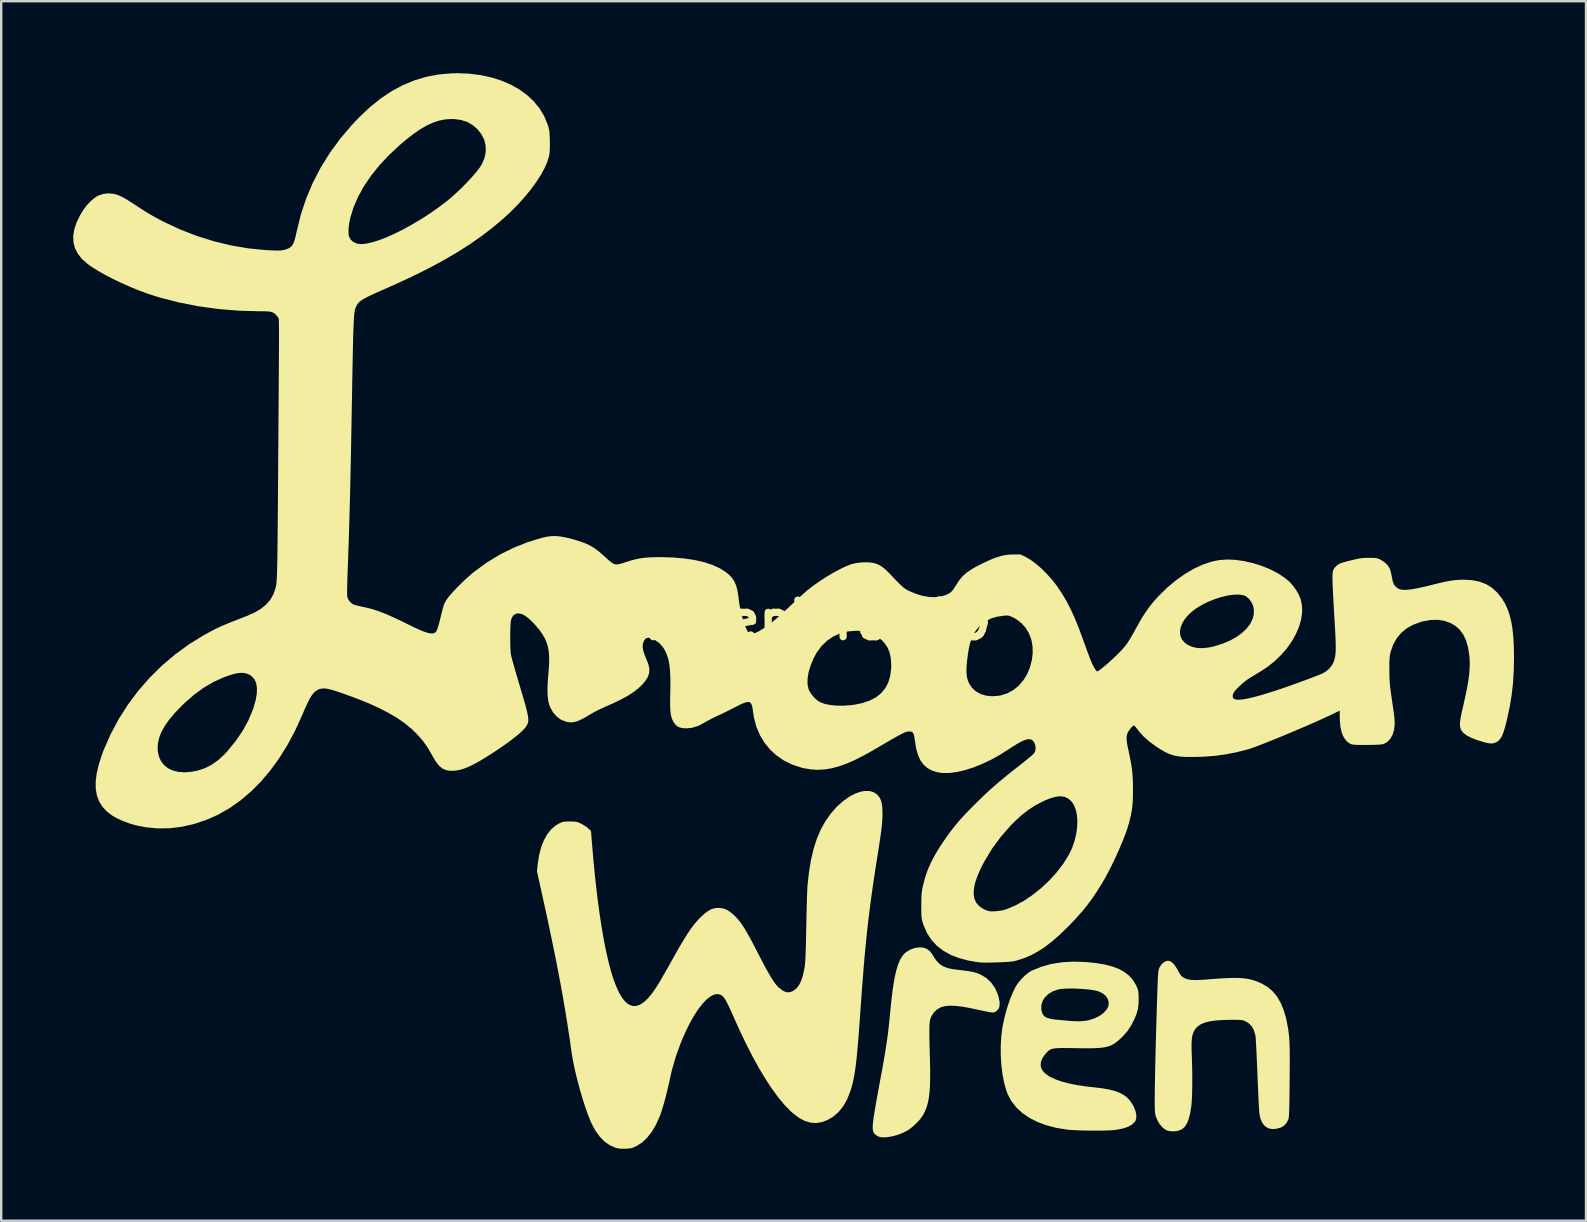
<source format=kicad_pcb>
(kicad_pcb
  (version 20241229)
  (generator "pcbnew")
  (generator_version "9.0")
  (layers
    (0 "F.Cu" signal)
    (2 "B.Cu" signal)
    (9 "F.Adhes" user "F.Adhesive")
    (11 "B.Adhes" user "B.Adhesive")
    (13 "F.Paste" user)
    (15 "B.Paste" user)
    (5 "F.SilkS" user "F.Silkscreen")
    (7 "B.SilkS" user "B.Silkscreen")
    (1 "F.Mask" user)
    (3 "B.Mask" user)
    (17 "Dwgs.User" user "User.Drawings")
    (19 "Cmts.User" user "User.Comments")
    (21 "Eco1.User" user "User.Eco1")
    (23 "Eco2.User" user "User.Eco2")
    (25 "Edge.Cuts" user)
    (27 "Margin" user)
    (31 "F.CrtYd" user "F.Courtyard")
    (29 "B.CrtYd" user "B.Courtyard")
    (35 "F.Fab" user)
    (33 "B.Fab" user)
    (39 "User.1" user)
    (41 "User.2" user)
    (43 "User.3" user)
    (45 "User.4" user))
  (footprint "ImogenWren60"
    (layer "F.Cu")
    (at 30.006 22.787)
    (property "Reference" "ImogenWren60" (at 0 0 0) (layer "F.SilkS") (effects (font (size 1.524 1.524) (thickness 0.3))))
    (attr board_only exclude_from_pos_files exclude_from_bom)
    (fp_poly (pts (xy 5.393 13.64) (xy 5.501 13.671) (xy 5.598 13.721) (xy 5.681 13.79) (xy 5.76 13.888) (xy 5.845 14.023) (xy 5.962 14.194) (xy 6.091 14.327) (xy 6.242 14.425) (xy 6.424 14.495) (xy 6.647 14.541) (xy 6.766 14.556) (xy 7.016 14.585) (xy 7.219 14.611) (xy 7.383 14.638) (xy 7.518 14.666) (xy 7.631 14.698) (xy 7.731 14.735) (xy 7.808 14.769) (xy 8.038 14.91) (xy 8.233 15.094) (xy 8.392 15.318) (xy 8.51 15.577) (xy 8.554 15.72) (xy 8.59 15.918) (xy 8.585 16.08) (xy 8.538 16.205) (xy 8.451 16.292) (xy 8.404 16.317) (xy 8.376 16.329) (xy 8.351 16.338) (xy 8.324 16.344) (xy 8.288 16.344) (xy 8.237 16.339) (xy 8.164 16.328) (xy 8.065 16.309) (xy 7.932 16.282) (xy 7.76 16.246) (xy 7.542 16.199) (xy 7.404 16.17) (xy 7.066 16.106) (xy 6.774 16.07) (xy 6.526 16.061) (xy 6.319 16.079) (xy 6.149 16.124) (xy 6.149 16.124) (xy 5.978 16.22) (xy 5.837 16.358) (xy 5.734 16.529) (xy 5.715 16.58) (xy 5.699 16.63) (xy 5.686 16.689) (xy 5.676 16.759) (xy 5.669 16.847) (xy 5.664 16.956) (xy 5.662 17.093) (xy 5.663 17.261) (xy 5.665 17.466) (xy 5.67 17.712) (xy 5.677 18.005) (xy 5.687 18.348) (xy 5.695 18.747) (xy 5.695 19.096) (xy 5.687 19.4) (xy 5.669 19.665) (xy 5.641 19.896) (xy 5.603 20.098) (xy 5.553 20.277) (xy 5.491 20.438) (xy 5.417 20.588) (xy 5.395 20.625) (xy 5.289 20.776) (xy 5.147 20.934) (xy 4.985 21.086) (xy 4.819 21.215) (xy 4.74 21.266) (xy 4.562 21.357) (xy 4.367 21.433) (xy 4.166 21.492) (xy 3.97 21.53) (xy 3.79 21.547) (xy 3.636 21.54) (xy 3.52 21.506) (xy 3.514 21.503) (xy 3.432 21.447) (xy 3.363 21.378) (xy 3.36 21.373) (xy 3.337 21.336) (xy 3.32 21.293) (xy 3.308 21.238) (xy 3.302 21.168) (xy 3.303 21.08) (xy 3.311 20.968) (xy 3.327 20.83) (xy 3.35 20.662) (xy 3.382 20.459) (xy 3.423 20.217) (xy 3.473 19.933) (xy 3.533 19.603) (xy 3.603 19.223) (xy 3.625 19.106) (xy 3.697 18.717) (xy 3.758 18.373) (xy 3.811 18.065) (xy 3.856 17.785) (xy 3.895 17.522) (xy 3.93 17.269) (xy 3.961 17.014) (xy 3.99 16.75) (xy 4.018 16.467) (xy 4.032 16.313) (xy 4.077 15.867) (xy 4.124 15.474) (xy 4.174 15.131) (xy 4.228 14.833) (xy 4.288 14.579) (xy 4.353 14.364) (xy 4.425 14.185) (xy 4.505 14.039) (xy 4.593 13.922) (xy 4.688 13.833) (xy 4.854 13.731) (xy 5.036 13.663) (xy 5.22 13.631)) (stroke (width 0) (type solid)) (fill yes) (layer "F.SilkS"))
    (fp_poly (pts (xy 12.192 14.243) (xy 12.194 14.243) (xy 12.609 14.286) (xy 12.973 14.347) (xy 13.29 14.43) (xy 13.562 14.534) (xy 13.793 14.661) (xy 13.986 14.813) (xy 14.143 14.991) (xy 14.267 15.197) (xy 14.268 15.199) (xy 14.314 15.296) (xy 14.345 15.375) (xy 14.363 15.452) (xy 14.374 15.547) (xy 14.38 15.675) (xy 14.381 15.719) (xy 14.379 15.967) (xy 14.352 16.184) (xy 14.297 16.393) (xy 14.208 16.613) (xy 14.192 16.648) (xy 14.061 16.899) (xy 13.919 17.113) (xy 13.75 17.308) (xy 13.652 17.406) (xy 13.536 17.512) (xy 13.427 17.599) (xy 13.318 17.67) (xy 13.203 17.726) (xy 13.075 17.769) (xy 12.928 17.8) (xy 12.754 17.82) (xy 12.549 17.832) (xy 12.304 17.836) (xy 12.014 17.835) (xy 11.81 17.832) (xy 11.536 17.827) (xy 11.311 17.825) (xy 11.13 17.825) (xy 10.986 17.831) (xy 10.872 17.842) (xy 10.783 17.859) (xy 10.713 17.884) (xy 10.654 17.918) (xy 10.6 17.962) (xy 10.546 18.017) (xy 10.509 18.057) (xy 10.387 18.22) (xy 10.316 18.383) (xy 10.298 18.541) (xy 10.312 18.628) (xy 10.377 18.766) (xy 10.497 18.894) (xy 10.668 19.013) (xy 10.89 19.12) (xy 11.159 19.217) (xy 11.476 19.301) (xy 11.837 19.373) (xy 12.241 19.432) (xy 12.489 19.459) (xy 12.833 19.498) (xy 13.127 19.548) (xy 13.376 19.61) (xy 13.586 19.686) (xy 13.761 19.78) (xy 13.908 19.895) (xy 14.031 20.031) (xy 14.136 20.194) (xy 14.18 20.276) (xy 14.252 20.457) (xy 14.285 20.625) (xy 14.28 20.771) (xy 14.234 20.888) (xy 14.226 20.898) (xy 14.108 21.013) (xy 13.937 21.107) (xy 13.715 21.18) (xy 13.44 21.233) (xy 13.375 21.241) (xy 13.244 21.252) (xy 13.069 21.26) (xy 12.859 21.265) (xy 12.627 21.266) (xy 12.383 21.265) (xy 12.139 21.262) (xy 11.905 21.255) (xy 11.693 21.246) (xy 11.513 21.235) (xy 11.401 21.224) (xy 10.951 21.15) (xy 10.537 21.043) (xy 10.162 20.904) (xy 9.827 20.733) (xy 9.535 20.532) (xy 9.287 20.302) (xy 9.085 20.044) (xy 8.931 19.76) (xy 8.877 19.624) (xy 8.784 19.3) (xy 8.712 18.938) (xy 8.663 18.548) (xy 8.637 18.143) (xy 8.635 17.736) (xy 8.658 17.34) (xy 8.706 16.966) (xy 8.72 16.887) (xy 8.803 16.51) (xy 8.883 16.219) (xy 10.327 16.219) (xy 10.335 16.266) (xy 10.365 16.372) (xy 10.411 16.455) (xy 10.478 16.52) (xy 10.574 16.57) (xy 10.705 16.607) (xy 10.879 16.636) (xy 11.101 16.659) (xy 11.127 16.661) (xy 11.271 16.673) (xy 11.404 16.685) (xy 11.511 16.694) (xy 11.576 16.7) (xy 11.89 16.713) (xy 12.167 16.692) (xy 12.318 16.662) (xy 12.544 16.588) (xy 12.744 16.49) (xy 12.909 16.372) (xy 13.034 16.241) (xy 13.112 16.102) (xy 13.122 16.069) (xy 13.135 15.922) (xy 13.096 15.782) (xy 13.01 15.655) (xy 12.882 15.548) (xy 12.716 15.467) (xy 12.667 15.451) (xy 12.532 15.42) (xy 12.356 15.393) (xy 12.153 15.372) (xy 11.934 15.357) (xy 11.71 15.348) (xy 11.495 15.346) (xy 11.301 15.352) (xy 11.139 15.365) (xy 11.029 15.384) (xy 10.808 15.463) (xy 10.624 15.572) (xy 10.48 15.707) (xy 10.38 15.863) (xy 10.328 16.035) (xy 10.327 16.219) (xy 8.883 16.219) (xy 8.904 16.145) (xy 9.019 15.803) (xy 9.145 15.495) (xy 9.264 15.258) (xy 9.365 15.105) (xy 9.497 14.949) (xy 9.645 14.803) (xy 9.796 14.681) (xy 9.931 14.599) (xy 10.327 14.438) (xy 10.749 14.322) (xy 11.199 14.251) (xy 11.679 14.225)) (stroke (width 0) (type solid)) (fill yes) (layer "F.SilkS"))
    (fp_poly (pts (xy 15.717 14.217) (xy 15.823 14.301) (xy 15.93 14.441) (xy 16.003 14.568) (xy 16.073 14.697) (xy 16.13 14.785) (xy 16.183 14.845) (xy 16.244 14.889) (xy 16.313 14.923) (xy 16.4 14.955) (xy 16.498 14.978) (xy 16.615 14.99) (xy 16.76 14.993) (xy 16.941 14.988) (xy 17.167 14.973) (xy 17.266 14.965) (xy 17.629 14.937) (xy 17.944 14.918) (xy 18.215 14.906) (xy 18.45 14.904) (xy 18.654 14.911) (xy 18.834 14.929) (xy 18.997 14.957) (xy 19.149 14.996) (xy 19.295 15.046) (xy 19.443 15.109) (xy 19.528 15.149) (xy 19.766 15.291) (xy 19.974 15.472) (xy 20.154 15.693) (xy 20.306 15.957) (xy 20.432 16.266) (xy 20.533 16.621) (xy 20.609 17.025) (xy 20.638 17.251) (xy 20.649 17.35) (xy 20.657 17.453) (xy 20.664 17.567) (xy 20.669 17.696) (xy 20.673 17.847) (xy 20.675 18.025) (xy 20.677 18.236) (xy 20.676 18.485) (xy 20.675 18.779) (xy 20.673 19.122) (xy 20.672 19.156) (xy 20.669 19.535) (xy 20.665 19.859) (xy 20.661 20.13) (xy 20.655 20.352) (xy 20.649 20.524) (xy 20.642 20.651) (xy 20.635 20.733) (xy 20.628 20.767) (xy 20.554 20.932) (xy 20.449 21.054) (xy 20.309 21.137) (xy 20.125 21.188) (xy 20.125 21.189) (xy 19.934 21.2) (xy 19.772 21.164) (xy 19.638 21.078) (xy 19.532 20.945) (xy 19.455 20.763) (xy 19.418 20.607) (xy 19.411 20.547) (xy 19.403 20.437) (xy 19.393 20.283) (xy 19.382 20.09) (xy 19.371 19.865) (xy 19.359 19.613) (xy 19.347 19.341) (xy 19.335 19.054) (xy 19.331 18.938) (xy 19.319 18.648) (xy 19.307 18.371) (xy 19.296 18.114) (xy 19.285 17.881) (xy 19.274 17.679) (xy 19.264 17.513) (xy 19.256 17.39) (xy 19.249 17.315) (xy 19.246 17.299) (xy 19.184 17.086) (xy 19.089 16.916) (xy 18.958 16.785) (xy 18.825 16.707) (xy 18.775 16.685) (xy 18.723 16.67) (xy 18.658 16.66) (xy 18.573 16.653) (xy 18.456 16.65) (xy 18.298 16.65) (xy 18.193 16.65) (xy 17.853 16.659) (xy 17.565 16.681) (xy 17.322 16.718) (xy 17.123 16.77) (xy 16.962 16.84) (xy 16.836 16.928) (xy 16.74 17.035) (xy 16.721 17.064) (xy 16.672 17.154) (xy 16.635 17.25) (xy 16.609 17.36) (xy 16.593 17.494) (xy 16.585 17.657) (xy 16.586 17.86) (xy 16.594 18.111) (xy 16.595 18.123) (xy 16.607 18.471) (xy 16.614 18.814) (xy 16.616 19.145) (xy 16.614 19.455) (xy 16.608 19.737) (xy 16.597 19.984) (xy 16.582 20.187) (xy 16.568 20.3) (xy 16.52 20.578) (xy 16.46 20.805) (xy 16.384 20.983) (xy 16.292 21.118) (xy 16.178 21.212) (xy 16.042 21.27) (xy 15.879 21.295) (xy 15.816 21.297) (xy 15.682 21.29) (xy 15.577 21.264) (xy 15.507 21.233) (xy 15.378 21.138) (xy 15.259 20.999) (xy 15.16 20.831) (xy 15.11 20.708) (xy 15.091 20.648) (xy 15.076 20.591) (xy 15.065 20.528) (xy 15.058 20.451) (xy 15.054 20.351) (xy 15.051 20.221) (xy 15.051 20.051) (xy 15.052 19.835) (xy 15.052 19.809) (xy 15.055 19.549) (xy 15.06 19.241) (xy 15.066 18.891) (xy 15.074 18.506) (xy 15.084 18.093) (xy 15.095 17.66) (xy 15.107 17.213) (xy 15.12 16.76) (xy 15.133 16.308) (xy 15.148 15.864) (xy 15.156 15.618) (xy 15.165 15.35) (xy 15.174 15.132) (xy 15.181 14.958) (xy 15.188 14.821) (xy 15.196 14.717) (xy 15.204 14.638) (xy 15.214 14.578) (xy 15.226 14.532) (xy 15.24 14.494) (xy 15.257 14.457) (xy 15.259 14.452) (xy 15.345 14.325) (xy 15.453 14.236) (xy 15.572 14.192) (xy 15.613 14.189)) (stroke (width 0) (type solid)) (fill yes) (layer "F.SilkS"))
    (fp_poly (pts (xy 3.179 7.119) (xy 3.339 7.166) (xy 3.475 7.257) (xy 3.523 7.305) (xy 3.597 7.404) (xy 3.65 7.519) (xy 3.684 7.659) (xy 3.703 7.835) (xy 3.709 8.049) (xy 3.707 8.176) (xy 3.702 8.303) (xy 3.693 8.439) (xy 3.679 8.59) (xy 3.658 8.763) (xy 3.631 8.965) (xy 3.596 9.202) (xy 3.554 9.482) (xy 3.509 9.764) (xy 3.424 10.304) (xy 3.347 10.811) (xy 3.277 11.292) (xy 3.214 11.753) (xy 3.156 12.204) (xy 3.102 12.651) (xy 3.053 13.103) (xy 3.006 13.567) (xy 2.961 14.05) (xy 2.918 14.56) (xy 2.874 15.106) (xy 2.831 15.694) (xy 2.796 16.184) (xy 2.763 16.656) (xy 2.732 17.077) (xy 2.703 17.45) (xy 2.675 17.78) (xy 2.649 18.071) (xy 2.622 18.327) (xy 2.596 18.553) (xy 2.569 18.753) (xy 2.541 18.932) (xy 2.51 19.093) (xy 2.478 19.241) (xy 2.443 19.38) (xy 2.404 19.514) (xy 2.369 19.626) (xy 2.238 19.959) (xy 2.075 20.247) (xy 1.881 20.489) (xy 1.656 20.684) (xy 1.412 20.827) (xy 1.174 20.915) (xy 0.941 20.95) (xy 0.71 20.934) (xy 0.478 20.864) (xy 0.242 20.741) (xy 0.002 20.563) (xy -0.133 20.443) (xy -0.379 20.188) (xy -0.634 19.88) (xy -0.895 19.523) (xy -1.162 19.118) (xy -1.431 18.67) (xy -1.703 18.179) (xy -1.974 17.649) (xy -2.244 17.083) (xy -2.402 16.733) (xy -2.516 16.476) (xy -2.611 16.266) (xy -2.689 16.097) (xy -2.754 15.964) (xy -2.808 15.862) (xy -2.853 15.784) (xy -2.893 15.727) (xy -2.93 15.683) (xy -2.943 15.67) (xy -3.056 15.597) (xy -3.182 15.575) (xy -3.32 15.604) (xy -3.466 15.68) (xy -3.621 15.803) (xy -3.781 15.97) (xy -3.945 16.179) (xy -4.111 16.427) (xy -4.277 16.714) (xy -4.442 17.036) (xy -4.603 17.393) (xy -4.702 17.631) (xy -4.899 18.175) (xy -5.054 18.71) (xy -5.127 19.022) (xy -5.206 19.38) (xy -5.286 19.714) (xy -5.365 20.02) (xy -5.442 20.289) (xy -5.513 20.516) (xy -5.572 20.676) (xy -5.73 21.022) (xy -5.906 21.319) (xy -6.099 21.566) (xy -6.308 21.762) (xy -6.532 21.904) (xy -6.538 21.907) (xy -6.649 21.959) (xy -6.738 21.991) (xy -6.829 22.009) (xy -6.944 22.018) (xy -7.006 22.02) (xy -7.167 22.021) (xy -7.294 22.008) (xy -7.408 21.981) (xy -7.424 21.975) (xy -7.661 21.87) (xy -7.877 21.716) (xy -8.075 21.512) (xy -8.256 21.256) (xy -8.38 21.031) (xy -8.473 20.825) (xy -8.572 20.574) (xy -8.674 20.285) (xy -8.776 19.968) (xy -8.875 19.634) (xy -8.969 19.29) (xy -9.056 18.947) (xy -9.132 18.613) (xy -9.195 18.298) (xy -9.242 18.012) (xy -9.244 17.996) (xy -9.326 17.423) (xy -9.412 16.856) (xy -9.504 16.29) (xy -9.602 15.719) (xy -9.707 15.134) (xy -9.821 14.531) (xy -9.945 13.903) (xy -10.081 13.242) (xy -10.228 12.543) (xy -10.39 11.799) (xy -10.457 11.492) (xy -10.684 10.466) (xy -10.653 10.156) (xy -10.598 9.794) (xy -10.513 9.465) (xy -10.398 9.172) (xy -10.257 8.919) (xy -10.089 8.71) (xy -9.898 8.547) (xy -9.764 8.469) (xy -9.679 8.431) (xy -9.605 8.406) (xy -9.524 8.393) (xy -9.419 8.388) (xy -9.314 8.387) (xy -9.18 8.388) (xy -9.083 8.395) (xy -9.007 8.411) (xy -8.931 8.439) (xy -8.847 8.478) (xy -8.734 8.541) (xy -8.623 8.615) (xy -8.548 8.675) (xy -8.435 8.78) (xy -8.389 9.356) (xy -8.323 10.117) (xy -8.25 10.84) (xy -8.171 11.524) (xy -8.086 12.167) (xy -7.996 12.766) (xy -7.9 13.32) (xy -7.799 13.826) (xy -7.694 14.281) (xy -7.585 14.684) (xy -7.512 14.916) (xy -7.389 15.249) (xy -7.261 15.526) (xy -7.128 15.747) (xy -6.989 15.912) (xy -6.845 16.021) (xy -6.696 16.074) (xy -6.542 16.072) (xy -6.382 16.014) (xy -6.217 15.9) (xy -6.126 15.817) (xy -6.046 15.734) (xy -5.968 15.645) (xy -5.89 15.546) (xy -5.808 15.432) (xy -5.719 15.299) (xy -5.619 15.141) (xy -5.507 14.952) (xy -5.378 14.729) (xy -5.229 14.466) (xy -5.058 14.161) (xy -4.87 13.826) (xy -4.703 13.536) (xy -4.554 13.286) (xy -4.419 13.072) (xy -4.295 12.888) (xy -4.179 12.729) (xy -4.067 12.591) (xy -3.957 12.467) (xy -3.894 12.403) (xy -3.726 12.244) (xy -3.578 12.129) (xy -3.442 12.051) (xy -3.307 12.005) (xy -3.165 11.988) (xy -3.121 11.987) (xy -2.95 12.004) (xy -2.793 12.058) (xy -2.637 12.154) (xy -2.511 12.259) (xy -2.418 12.348) (xy -2.331 12.439) (xy -2.247 12.54) (xy -2.162 12.655) (xy -2.073 12.789) (xy -1.976 12.947) (xy -1.869 13.136) (xy -1.747 13.359) (xy -1.608 13.623) (xy -1.454 13.921) (xy -1.298 14.223) (xy -1.163 14.478) (xy -1.044 14.691) (xy -0.941 14.868) (xy -0.848 15.012) (xy -0.765 15.13) (xy -0.688 15.225) (xy -0.613 15.302) (xy -0.604 15.31) (xy -0.458 15.426) (xy -0.325 15.49) (xy -0.196 15.505) (xy -0.066 15.472) (xy -0.031 15.455) (xy 0.103 15.361) (xy 0.217 15.227) (xy 0.312 15.047) (xy 0.389 14.82) (xy 0.451 14.543) (xy 0.466 14.456) (xy 0.477 14.368) (xy 0.488 14.256) (xy 0.497 14.114) (xy 0.505 13.939) (xy 0.513 13.727) (xy 0.52 13.472) (xy 0.527 13.171) (xy 0.533 12.818) (xy 0.534 12.77) (xy 0.54 12.481) (xy 0.546 12.198) (xy 0.553 11.928) (xy 0.56 11.678) (xy 0.567 11.456) (xy 0.575 11.269) (xy 0.582 11.124) (xy 0.588 11.028) (xy 0.65 10.479) (xy 0.733 9.979) (xy 0.841 9.524) (xy 0.974 9.11) (xy 1.133 8.734) (xy 1.32 8.393) (xy 1.536 8.083) (xy 1.782 7.8) (xy 1.822 7.759) (xy 2.068 7.537) (xy 2.318 7.359) (xy 2.565 7.227) (xy 2.806 7.144) (xy 2.985 7.115)) (stroke (width 0) (type solid)) (fill yes) (layer "F.SilkS"))
    (fp_poly (pts (xy -13.499 -22.767) (xy -13.028 -22.707) (xy -12.58 -22.61) (xy -12.161 -22.476) (xy -11.772 -22.309) (xy -11.417 -22.108) (xy -11.099 -21.877) (xy -10.82 -21.616) (xy -10.583 -21.328) (xy -10.392 -21.014) (xy -10.254 -20.686) (xy -10.217 -20.576) (xy -10.192 -20.483) (xy -10.174 -20.394) (xy -10.163 -20.294) (xy -10.156 -20.168) (xy -10.15 -20.002) (xy -10.15 -19.977) (xy -10.147 -19.763) (xy -10.151 -19.594) (xy -10.162 -19.456) (xy -10.181 -19.339) (xy -10.253 -19.098) (xy -10.368 -18.833) (xy -10.524 -18.548) (xy -10.718 -18.249) (xy -10.944 -17.94) (xy -11.201 -17.626) (xy -11.484 -17.313) (xy -11.79 -17.004) (xy -12.105 -16.714) (xy -12.54 -16.349) (xy -13.001 -15.997) (xy -13.49 -15.655) (xy -14.014 -15.322) (xy -14.575 -14.995) (xy -15.177 -14.67) (xy -15.825 -14.347) (xy -16.523 -14.022) (xy -16.872 -13.866) (xy -17.159 -13.74) (xy -17.398 -13.633) (xy -17.596 -13.542) (xy -17.755 -13.465) (xy -17.883 -13.397) (xy -17.982 -13.337) (xy -18.059 -13.282) (xy -18.117 -13.227) (xy -18.161 -13.172) (xy -18.197 -13.112) (xy -18.229 -13.044) (xy -18.236 -13.03) (xy -18.25 -12.993) (xy -18.263 -12.95) (xy -18.275 -12.897) (xy -18.286 -12.833) (xy -18.296 -12.753) (xy -18.305 -12.655) (xy -18.313 -12.536) (xy -18.321 -12.391) (xy -18.328 -12.219) (xy -18.336 -12.016) (xy -18.343 -11.778) (xy -18.35 -11.504) (xy -18.357 -11.189) (xy -18.364 -10.83) (xy -18.372 -10.425) (xy -18.38 -9.97) (xy -18.389 -9.462) (xy -18.389 -9.441) (xy -18.402 -8.755) (xy -18.413 -8.122) (xy -18.424 -7.535) (xy -18.434 -6.991) (xy -18.445 -6.485) (xy -18.455 -6.012) (xy -18.464 -5.569) (xy -18.474 -5.149) (xy -18.485 -4.75) (xy -18.495 -4.366) (xy -18.506 -3.992) (xy -18.517 -3.625) (xy -18.529 -3.259) (xy -18.542 -2.89) (xy -18.555 -2.514) (xy -18.569 -2.126) (xy -18.576 -1.953) (xy -18.584 -1.732) (xy -18.589 -1.525) (xy -18.593 -1.339) (xy -18.595 -1.183) (xy -18.594 -1.065) (xy -18.591 -0.992) (xy -18.59 -0.977) (xy -18.543 -0.856) (xy -18.458 -0.744) (xy -18.352 -0.663) (xy -18.348 -0.661) (xy -18.289 -0.639) (xy -18.19 -0.611) (xy -18.066 -0.582) (xy -17.965 -0.56) (xy -17.751 -0.513) (xy -17.541 -0.458) (xy -17.328 -0.39) (xy -17.105 -0.307) (xy -16.862 -0.206) (xy -16.592 -0.084) (xy -16.286 0.062) (xy -16.1 0.154) (xy -15.827 0.287) (xy -15.599 0.393) (xy -15.41 0.471) (xy -15.256 0.523) (xy -15.132 0.551) (xy -15.036 0.554) (xy -14.961 0.535) (xy -14.904 0.495) (xy -14.878 0.462) (xy -14.85 0.404) (xy -14.815 0.303) (xy -14.775 0.173) (xy -14.736 0.027) (xy -14.726 -0.016) (xy -14.676 -0.224) (xy -14.635 -0.386) (xy -14.602 -0.511) (xy -14.573 -0.606) (xy -14.545 -0.682) (xy -14.516 -0.745) (xy -14.482 -0.805) (xy -14.441 -0.87) (xy -14.44 -0.872) (xy -14.371 -0.964) (xy -14.269 -1.085) (xy -14.14 -1.226) (xy -13.992 -1.38) (xy -13.833 -1.538) (xy -13.672 -1.693) (xy -13.516 -1.836) (xy -13.373 -1.959) (xy -13.318 -2.004) (xy -12.787 -2.393) (xy -12.236 -2.73) (xy -11.66 -3.017) (xy -11.058 -3.255) (xy -10.485 -3.429) (xy -10.284 -3.475) (xy -10.096 -3.5) (xy -9.907 -3.504) (xy -9.708 -3.487) (xy -9.487 -3.446) (xy -9.232 -3.383) (xy -9.086 -3.342) (xy -8.84 -3.264) (xy -8.631 -3.184) (xy -8.446 -3.094) (xy -8.272 -2.986) (xy -8.095 -2.852) (xy -7.902 -2.685) (xy -7.825 -2.614) (xy -7.689 -2.491) (xy -7.582 -2.403) (xy -7.491 -2.348) (xy -7.404 -2.323) (xy -7.309 -2.325) (xy -7.194 -2.351) (xy -7.046 -2.398) (xy -7.008 -2.41) (xy -6.786 -2.481) (xy -6.585 -2.535) (xy -6.391 -2.575) (xy -6.192 -2.601) (xy -5.974 -2.618) (xy -5.723 -2.625) (xy -5.521 -2.626) (xy -5.015 -2.612) (xy -4.544 -2.571) (xy -4.112 -2.505) (xy -3.719 -2.415) (xy -3.37 -2.3) (xy -3.067 -2.161) (xy -2.816 -2.002) (xy -2.668 -1.879) (xy -2.55 -1.751) (xy -2.458 -1.608) (xy -2.388 -1.442) (xy -2.335 -1.244) (xy -2.295 -1.004) (xy -2.277 -0.843) (xy -2.253 -0.665) (xy -2.217 -0.472) (xy -2.171 -0.275) (xy -2.119 -0.081) (xy -2.063 0.102) (xy -2.006 0.263) (xy -1.949 0.395) (xy -1.897 0.489) (xy -1.853 0.534) (xy -1.774 0.561) (xy -1.684 0.56) (xy -1.574 0.527) (xy -1.44 0.462) (xy -1.275 0.362) (xy -1.188 0.305) (xy -1.061 0.216) (xy -0.932 0.118) (xy -0.794 0.006) (xy -0.641 -0.126) (xy -0.466 -0.283) (xy -0.264 -0.471) (xy -0.098 -0.627) (xy 0.054 -0.77) (xy 0.206 -0.911) (xy 0.351 -1.043) (xy 0.478 -1.156) (xy 0.577 -1.242) (xy 0.603 -1.264) (xy 0.832 -1.44) (xy 1.084 -1.618) (xy 1.35 -1.791) (xy 1.62 -1.952) (xy 1.883 -2.096) (xy 2.129 -2.218) (xy 2.346 -2.309) (xy 2.416 -2.334) (xy 2.605 -2.379) (xy 2.839 -2.405) (xy 2.894 -2.408) (xy 3.127 -2.41) (xy 3.326 -2.386) (xy 3.501 -2.333) (xy 3.665 -2.244) (xy 3.829 -2.116) (xy 4.006 -1.942) (xy 4.018 -1.929) (xy 4.185 -1.752) (xy 4.32 -1.611) (xy 4.43 -1.501) (xy 4.52 -1.416) (xy 4.597 -1.351) (xy 4.667 -1.3) (xy 4.736 -1.259) (xy 4.794 -1.228) (xy 5.09 -1.101) (xy 5.382 -1.013) (xy 5.665 -0.965) (xy 5.932 -0.957) (xy 6.177 -0.991) (xy 6.394 -1.066) (xy 6.466 -1.105) (xy 6.541 -1.154) (xy 6.603 -1.21) (xy 6.663 -1.284) (xy 6.732 -1.39) (xy 6.774 -1.458) (xy 6.873 -1.614) (xy 6.975 -1.749) (xy 7.086 -1.869) (xy 7.214 -1.979) (xy 7.367 -2.086) (xy 7.551 -2.196) (xy 7.776 -2.313) (xy 7.987 -2.417) (xy 8.24 -2.532) (xy 8.459 -2.618) (xy 8.657 -2.678) (xy 8.845 -2.715) (xy 9.037 -2.734) (xy 9.148 -2.737) (xy 9.459 -2.739) (xy 9.696 -2.622) (xy 9.894 -2.505) (xy 10.109 -2.345) (xy 10.332 -2.152) (xy 10.554 -1.932) (xy 10.766 -1.694) (xy 10.961 -1.446) (xy 10.976 -1.425) (xy 11.175 -1.131) (xy 11.362 -0.818) (xy 11.539 -0.478) (xy 11.711 -0.104) (xy 11.881 0.311) (xy 12.037 0.731) (xy 12.133 0.999) (xy 12.213 1.22) (xy 12.28 1.4) (xy 12.334 1.545) (xy 12.38 1.662) (xy 12.419 1.756) (xy 12.454 1.833) (xy 12.488 1.899) (xy 12.519 1.958) (xy 12.572 2.045) (xy 12.62 2.108) (xy 12.651 2.135) (xy 12.653 2.135) (xy 12.696 2.117) (xy 12.773 2.065) (xy 12.876 1.984) (xy 13 1.882) (xy 13.137 1.763) (xy 13.281 1.633) (xy 13.424 1.497) (xy 13.491 1.433) (xy 13.612 1.311) (xy 13.716 1.2) (xy 13.807 1.093) (xy 13.892 0.98) (xy 13.978 0.853) (xy 14.069 0.702) (xy 14.173 0.521) (xy 14.193 0.484) (xy 16.102 0.484) (xy 16.121 0.652) (xy 16.186 0.805) (xy 16.299 0.938) (xy 16.42 1.025) (xy 16.619 1.115) (xy 16.841 1.161) (xy 17.09 1.165) (xy 17.37 1.126) (xy 17.555 1.082) (xy 17.89 0.975) (xy 18.194 0.846) (xy 18.462 0.696) (xy 18.692 0.529) (xy 18.881 0.348) (xy 19.027 0.156) (xy 19.127 -0.045) (xy 19.179 -0.252) (xy 19.178 -0.461) (xy 19.146 -0.608) (xy 19.078 -0.756) (xy 18.979 -0.887) (xy 18.862 -0.986) (xy 18.751 -1.037) (xy 18.566 -1.066) (xy 18.346 -1.062) (xy 18.101 -1.029) (xy 17.839 -0.968) (xy 17.57 -0.883) (xy 17.302 -0.777) (xy 17.045 -0.652) (xy 16.808 -0.511) (xy 16.681 -0.421) (xy 16.478 -0.247) (xy 16.318 -0.064) (xy 16.202 0.121) (xy 16.129 0.306) (xy 16.102 0.484) (xy 14.193 0.484) (xy 14.295 0.298) (xy 14.312 0.267) (xy 14.488 -0.045) (xy 14.658 -0.315) (xy 14.83 -0.557) (xy 15.013 -0.784) (xy 15.215 -1.007) (xy 15.572 -1.356) (xy 15.94 -1.664) (xy 16.315 -1.929) (xy 16.692 -2.149) (xy 17.068 -2.321) (xy 17.438 -2.443) (xy 17.73 -2.502) (xy 18.057 -2.527) (xy 18.408 -2.513) (xy 18.773 -2.461) (xy 19.143 -2.377) (xy 19.507 -2.263) (xy 19.855 -2.121) (xy 20.177 -1.955) (xy 20.463 -1.768) (xy 20.66 -1.605) (xy 20.8 -1.452) (xy 20.933 -1.269) (xy 21.046 -1.075) (xy 21.126 -0.889) (xy 21.135 -0.862) (xy 21.188 -0.596) (xy 21.192 -0.314) (xy 21.149 -0.02) (xy 21.061 0.279) (xy 20.932 0.581) (xy 20.765 0.879) (xy 20.56 1.168) (xy 20.322 1.445) (xy 20.053 1.704) (xy 19.756 1.941) (xy 19.516 2.1) (xy 19.375 2.186) (xy 19.215 2.284) (xy 19.066 2.375) (xy 19.032 2.395) (xy 18.899 2.484) (xy 18.761 2.591) (xy 18.626 2.707) (xy 18.504 2.824) (xy 18.405 2.933) (xy 18.338 3.023) (xy 18.322 3.055) (xy 18.301 3.138) (xy 18.302 3.214) (xy 18.302 3.215) (xy 18.34 3.271) (xy 18.418 3.305) (xy 18.539 3.315) (xy 18.704 3.303) (xy 18.914 3.267) (xy 19.17 3.208) (xy 19.474 3.126) (xy 19.826 3.019) (xy 20.096 2.933) (xy 20.28 2.871) (xy 20.493 2.798) (xy 20.724 2.717) (xy 20.964 2.63) (xy 21.205 2.543) (xy 21.435 2.458) (xy 21.646 2.378) (xy 21.829 2.308) (xy 21.973 2.25) (xy 22.033 2.224) (xy 22.193 2.132) (xy 22.336 2.005) (xy 22.444 1.861) (xy 22.462 1.828) (xy 22.5 1.746) (xy 22.532 1.663) (xy 22.556 1.574) (xy 22.574 1.473) (xy 22.586 1.355) (xy 22.592 1.214) (xy 22.592 1.043) (xy 22.587 0.838) (xy 22.576 0.593) (xy 22.561 0.301) (xy 22.546 0.056) (xy 22.523 -0.337) (xy 22.503 -0.677) (xy 22.487 -0.97) (xy 22.474 -1.219) (xy 22.464 -1.428) (xy 22.458 -1.601) (xy 22.456 -1.742) (xy 22.457 -1.856) (xy 22.462 -1.946) (xy 22.471 -2.016) (xy 22.484 -2.07) (xy 22.5 -2.113) (xy 22.52 -2.149) (xy 22.545 -2.181) (xy 22.569 -2.209) (xy 22.621 -2.264) (xy 22.676 -2.309) (xy 22.742 -2.347) (xy 22.829 -2.382) (xy 22.946 -2.419) (xy 23.104 -2.461) (xy 23.229 -2.492) (xy 23.408 -2.535) (xy 23.552 -2.565) (xy 23.676 -2.583) (xy 23.798 -2.593) (xy 23.936 -2.597) (xy 23.967 -2.597) (xy 24.113 -2.597) (xy 24.217 -2.592) (xy 24.296 -2.581) (xy 24.364 -2.561) (xy 24.437 -2.53) (xy 24.447 -2.526) (xy 24.611 -2.426) (xy 24.745 -2.3) (xy 24.837 -2.159) (xy 24.851 -2.125) (xy 24.877 -2.041) (xy 24.905 -1.924) (xy 24.931 -1.797) (xy 24.935 -1.772) (xy 24.969 -1.616) (xy 25.011 -1.501) (xy 25.071 -1.415) (xy 25.155 -1.341) (xy 25.175 -1.328) (xy 25.251 -1.29) (xy 25.349 -1.268) (xy 25.473 -1.261) (xy 25.628 -1.271) (xy 25.818 -1.297) (xy 26.048 -1.341) (xy 26.322 -1.402) (xy 26.644 -1.481) (xy 26.664 -1.486) (xy 26.939 -1.554) (xy 27.173 -1.606) (xy 27.376 -1.643) (xy 27.561 -1.667) (xy 27.739 -1.681) (xy 27.923 -1.686) (xy 27.945 -1.686) (xy 28.285 -1.666) (xy 28.588 -1.604) (xy 28.86 -1.499) (xy 29.102 -1.348) (xy 29.319 -1.151) (xy 29.514 -0.904) (xy 29.528 -0.884) (xy 29.651 -0.678) (xy 29.754 -0.455) (xy 29.839 -0.209) (xy 29.906 0.063) (xy 29.956 0.369) (xy 29.991 0.713) (xy 30.012 1.1) (xy 30.019 1.537) (xy 30.019 1.573) (xy 30.008 2.121) (xy 29.976 2.634) (xy 29.92 3.128) (xy 29.838 3.621) (xy 29.728 4.131) (xy 29.694 4.271) (xy 29.632 4.503) (xy 29.574 4.687) (xy 29.515 4.829) (xy 29.452 4.936) (xy 29.381 5.015) (xy 29.299 5.074) (xy 29.276 5.086) (xy 29.182 5.124) (xy 29.084 5.138) (xy 28.968 5.129) (xy 28.82 5.097) (xy 28.774 5.084) (xy 28.474 4.992) (xy 28.229 4.896) (xy 28.039 4.795) (xy 27.903 4.691) (xy 27.82 4.582) (xy 27.814 4.57) (xy 27.787 4.497) (xy 27.77 4.419) (xy 27.766 4.328) (xy 27.774 4.216) (xy 27.795 4.075) (xy 27.829 3.899) (xy 27.879 3.678) (xy 27.9 3.587) (xy 27.987 3.201) (xy 28.057 2.862) (xy 28.11 2.561) (xy 28.147 2.294) (xy 28.168 2.051) (xy 28.176 1.828) (xy 28.17 1.616) (xy 28.157 1.466) (xy 28.105 1.133) (xy 28.022 0.845) (xy 27.908 0.602) (xy 27.76 0.4) (xy 27.578 0.238) (xy 27.381 0.123) (xy 27.118 0.028) (xy 26.839 -0.015) (xy 26.541 -0.008) (xy 26.221 0.05) (xy 26.132 0.075) (xy 25.818 0.19) (xy 25.548 0.341) (xy 25.32 0.529) (xy 25.133 0.754) (xy 24.986 1.018) (xy 24.879 1.322) (xy 24.876 1.335) (xy 24.857 1.418) (xy 24.843 1.507) (xy 24.834 1.613) (xy 24.828 1.746) (xy 24.826 1.917) (xy 24.826 2.079) (xy 24.828 2.285) (xy 24.833 2.46) (xy 24.843 2.619) (xy 24.858 2.781) (xy 24.881 2.961) (xy 24.912 3.177) (xy 24.92 3.231) (xy 24.949 3.427) (xy 24.977 3.62) (xy 25.002 3.799) (xy 25.023 3.95) (xy 25.036 4.06) (xy 25.038 4.074) (xy 25.049 4.333) (xy 25.023 4.567) (xy 24.962 4.77) (xy 24.869 4.939) (xy 24.746 5.069) (xy 24.595 5.154) (xy 24.559 5.166) (xy 24.49 5.177) (xy 24.372 5.187) (xy 24.212 5.193) (xy 24.017 5.197) (xy 23.871 5.198) (xy 23.672 5.198) (xy 23.52 5.196) (xy 23.408 5.192) (xy 23.326 5.185) (xy 23.267 5.175) (xy 23.221 5.16) (xy 23.186 5.145) (xy 23.044 5.04) (xy 22.93 4.888) (xy 22.844 4.689) (xy 22.788 4.445) (xy 22.761 4.156) (xy 22.759 4.031) (xy 22.759 3.769) (xy 22.318 3.98) (xy 22.116 4.074) (xy 21.883 4.18) (xy 21.625 4.295) (xy 21.348 4.415) (xy 21.059 4.539) (xy 20.764 4.664) (xy 20.469 4.787) (xy 20.182 4.906) (xy 19.907 5.017) (xy 19.652 5.119) (xy 19.422 5.208) (xy 19.225 5.283) (xy 19.067 5.339) (xy 18.953 5.376) (xy 18.952 5.376) (xy 18.471 5.5) (xy 18.013 5.591) (xy 17.559 5.652) (xy 17.087 5.687) (xy 16.872 5.695) (xy 16.583 5.699) (xy 16.339 5.697) (xy 16.132 5.685) (xy 15.953 5.66) (xy 15.792 5.622) (xy 15.639 5.567) (xy 15.484 5.493) (xy 15.319 5.398) (xy 15.133 5.279) (xy 15.116 5.268) (xy 14.827 5.058) (xy 14.586 4.845) (xy 14.387 4.621) (xy 14.354 4.578) (xy 14.287 4.49) (xy 14.23 4.423) (xy 14.194 4.387) (xy 14.187 4.383) (xy 14.148 4.404) (xy 14.089 4.459) (xy 14.025 4.534) (xy 13.966 4.615) (xy 13.934 4.67) (xy 13.9 4.753) (xy 13.882 4.846) (xy 13.88 4.958) (xy 13.894 5.098) (xy 13.925 5.276) (xy 13.959 5.437) (xy 14.019 5.722) (xy 14.066 5.968) (xy 14.1 6.189) (xy 14.123 6.402) (xy 14.137 6.62) (xy 14.144 6.858) (xy 14.145 7.066) (xy 14.143 7.331) (xy 14.135 7.554) (xy 14.119 7.751) (xy 14.094 7.937) (xy 14.057 8.127) (xy 14.008 8.337) (xy 13.978 8.452) (xy 13.908 8.685) (xy 13.812 8.956) (xy 13.694 9.254) (xy 13.56 9.569) (xy 13.414 9.892) (xy 13.26 10.213) (xy 13.102 10.522) (xy 12.945 10.808) (xy 12.849 10.972) (xy 12.638 11.31) (xy 12.431 11.615) (xy 12.218 11.901) (xy 11.989 12.179) (xy 11.733 12.464) (xy 11.442 12.767) (xy 11.104 13.094) (xy 10.786 13.374) (xy 10.48 13.61) (xy 10.182 13.805) (xy 9.887 13.964) (xy 9.588 14.089) (xy 9.281 14.184) (xy 9.188 14.207) (xy 9.106 14.22) (xy 8.98 14.232) (xy 8.819 14.242) (xy 8.637 14.251) (xy 8.443 14.258) (xy 8.25 14.263) (xy 8.069 14.266) (xy 7.91 14.265) (xy 7.786 14.261) (xy 7.727 14.256) (xy 7.287 14.182) (xy 6.892 14.077) (xy 6.543 13.94) (xy 6.237 13.769) (xy 5.974 13.564) (xy 5.753 13.324) (xy 5.572 13.049) (xy 5.432 12.737) (xy 5.39 12.616) (xy 5.367 12.535) (xy 5.349 12.459) (xy 5.338 12.378) (xy 5.33 12.281) (xy 5.327 12.155) (xy 5.326 11.99) (xy 5.326 11.885) (xy 5.328 11.679) (xy 5.333 11.515) (xy 5.341 11.402) (xy 7.506 11.402) (xy 7.538 11.601) (xy 7.615 11.771) (xy 7.737 11.912) (xy 7.904 12.027) (xy 7.996 12.07) (xy 8.086 12.105) (xy 8.164 12.125) (xy 8.251 12.132) (xy 8.368 12.13) (xy 8.415 12.128) (xy 8.696 12.093) (xy 8.865 12.046) (xy 9.235 11.891) (xy 9.608 11.687) (xy 9.974 11.44) (xy 10.328 11.156) (xy 10.661 10.843) (xy 10.966 10.507) (xy 11.237 10.153) (xy 11.465 9.789) (xy 11.481 9.76) (xy 11.608 9.493) (xy 11.706 9.213) (xy 11.776 8.929) (xy 11.817 8.648) (xy 11.828 8.377) (xy 11.81 8.124) (xy 11.762 7.895) (xy 11.683 7.698) (xy 11.574 7.541) (xy 11.568 7.534) (xy 11.44 7.427) (xy 11.296 7.361) (xy 11.132 7.336) (xy 10.944 7.353) (xy 10.728 7.41) (xy 10.479 7.509) (xy 10.375 7.557) (xy 10.078 7.715) (xy 9.799 7.895) (xy 9.527 8.105) (xy 9.251 8.354) (xy 9.06 8.545) (xy 8.649 9.011) (xy 8.281 9.511) (xy 7.959 10.042) (xy 7.828 10.293) (xy 7.68 10.619) (xy 7.577 10.912) (xy 7.519 11.172) (xy 7.506 11.402) (xy 5.341 11.402) (xy 5.342 11.381) (xy 5.356 11.264) (xy 5.376 11.15) (xy 5.389 11.089) (xy 5.477 10.748) (xy 5.587 10.424) (xy 5.725 10.104) (xy 5.896 9.779) (xy 6.104 9.437) (xy 6.208 9.279) (xy 6.388 9.017) (xy 6.56 8.781) (xy 6.733 8.561) (xy 6.915 8.345) (xy 7.116 8.123) (xy 7.344 7.885) (xy 7.55 7.678) (xy 7.774 7.458) (xy 7.983 7.258) (xy 8.185 7.071) (xy 8.39 6.889) (xy 8.606 6.705) (xy 8.841 6.511) (xy 9.106 6.299) (xy 9.394 6.072) (xy 9.551 5.949) (xy 9.696 5.832) (xy 9.823 5.728) (xy 9.924 5.643) (xy 9.992 5.582) (xy 10.018 5.557) (xy 10.07 5.458) (xy 10.089 5.338) (xy 10.076 5.214) (xy 10.034 5.1) (xy 9.967 5.012) (xy 9.904 4.973) (xy 9.825 4.957) (xy 9.73 4.967) (xy 9.613 5.003) (xy 9.472 5.068) (xy 9.3 5.165) (xy 9.093 5.295) (xy 8.951 5.388) (xy 8.584 5.62) (xy 8.214 5.824) (xy 7.845 5.998) (xy 7.484 6.141) (xy 7.135 6.251) (xy 6.804 6.327) (xy 6.496 6.367) (xy 6.216 6.368) (xy 5.991 6.336) (xy 5.766 6.263) (xy 5.576 6.158) (xy 5.418 6.017) (xy 5.289 5.836) (xy 5.188 5.613) (xy 5.112 5.345) (xy 5.059 5.027) (xy 5.057 5.008) (xy 5.035 4.855) (xy 5.009 4.749) (xy 4.973 4.683) (xy 4.923 4.648) (xy 4.853 4.636) (xy 4.832 4.636) (xy 4.791 4.637) (xy 4.75 4.642) (xy 4.705 4.653) (xy 4.651 4.671) (xy 4.584 4.701) (xy 4.499 4.743) (xy 4.392 4.8) (xy 4.258 4.874) (xy 4.094 4.968) (xy 3.894 5.083) (xy 3.655 5.223) (xy 3.372 5.389) (xy 3.372 5.389) (xy 2.958 5.622) (xy 2.578 5.816) (xy 2.227 5.971) (xy 1.899 6.089) (xy 1.59 6.172) (xy 1.294 6.219) (xy 1.007 6.234) (xy 0.722 6.216) (xy 0.436 6.168) (xy 0.325 6.141) (xy -0.05 6.018) (xy -0.394 5.849) (xy -0.703 5.638) (xy -0.976 5.388) (xy -1.209 5.102) (xy -1.401 4.783) (xy -1.548 4.433) (xy -1.647 4.057) (xy -1.683 3.82) (xy -1.704 3.665) (xy -1.73 3.547) (xy -1.768 3.466) (xy -1.822 3.419) (xy -1.898 3.407) (xy -2.002 3.428) (xy -2.139 3.481) (xy -2.314 3.564) (xy -2.49 3.655) (xy -2.659 3.742) (xy -2.848 3.835) (xy -3.032 3.925) (xy -3.191 3.998) (xy -3.193 3.999) (xy -3.339 4.068) (xy -3.486 4.143) (xy -3.615 4.213) (xy -3.703 4.265) (xy -3.959 4.402) (xy -4.218 4.483) (xy -4.467 4.508) (xy -4.647 4.495) (xy -4.787 4.452) (xy -4.897 4.374) (xy -4.988 4.256) (xy -4.999 4.237) (xy -5.045 4.146) (xy -5.081 4.048) (xy -5.108 3.936) (xy -5.125 3.801) (xy -5.135 3.637) (xy -5.138 3.436) (xy -5.136 3.191) (xy -5.132 3.049) (xy -5.126 2.672) (xy -5.129 2.44) (xy 0.587 2.44) (xy 0.587 2.67) (xy 0.629 2.868) (xy 0.653 2.929) (xy 0.74 3.075) (xy 0.858 3.218) (xy 0.993 3.34) (xy 1.128 3.426) (xy 1.143 3.433) (xy 1.333 3.496) (xy 1.565 3.539) (xy 1.828 3.562) (xy 2.111 3.562) (xy 2.404 3.54) (xy 2.525 3.525) (xy 2.875 3.454) (xy 3.179 3.35) (xy 3.438 3.214) (xy 3.652 3.044) (xy 3.822 2.84) (xy 3.948 2.601) (xy 4.03 2.327) (xy 4.051 2.164) (xy 7.207 2.164) (xy 7.225 2.348) (xy 7.263 2.507) (xy 7.319 2.64) (xy 7.442 2.823) (xy 7.604 2.97) (xy 7.8 3.078) (xy 8.025 3.145) (xy 8.273 3.17) (xy 8.54 3.151) (xy 8.64 3.133) (xy 8.909 3.048) (xy 9.155 2.915) (xy 9.376 2.738) (xy 9.566 2.522) (xy 9.724 2.27) (xy 9.846 1.987) (xy 9.929 1.677) (xy 9.966 1.394) (xy 9.962 1.093) (xy 9.911 0.81) (xy 9.813 0.55) (xy 9.673 0.317) (xy 9.492 0.117) (xy 9.274 -0.046) (xy 9.173 -0.102) (xy 9.066 -0.153) (xy 8.989 -0.182) (xy 8.919 -0.194) (xy 8.838 -0.192) (xy 8.763 -0.186) (xy 8.481 -0.145) (xy 8.239 -0.074) (xy 8.028 0.03) (xy 7.837 0.172) (xy 7.754 0.25) (xy 7.632 0.388) (xy 7.53 0.536) (xy 7.446 0.701) (xy 7.377 0.892) (xy 7.32 1.116) (xy 7.273 1.381) (xy 7.234 1.684) (xy 7.211 1.946) (xy 7.207 2.164) (xy 4.051 2.164) (xy 4.07 2.018) (xy 4.074 1.871) (xy 4.057 1.59) (xy 4.006 1.347) (xy 3.918 1.136) (xy 3.79 0.947) (xy 3.681 0.832) (xy 3.465 0.663) (xy 3.219 0.541) (xy 2.944 0.467) (xy 2.639 0.44) (xy 2.599 0.44) (xy 2.264 0.469) (xy 1.952 0.549) (xy 1.664 0.678) (xy 1.403 0.854) (xy 1.172 1.076) (xy 0.973 1.343) (xy 0.829 1.609) (xy 0.708 1.905) (xy 0.627 2.184) (xy 0.587 2.44) (xy -5.129 2.44) (xy -5.131 2.346) (xy -5.146 2.069) (xy -5.172 1.835) (xy -5.209 1.643) (xy -5.213 1.624) (xy -5.303 1.359) (xy -5.425 1.139) (xy -5.579 0.963) (xy -5.768 0.828) (xy -5.783 0.82) (xy -5.933 0.752) (xy -6.051 0.73) (xy -6.142 0.754) (xy -6.211 0.827) (xy -6.261 0.949) (xy -6.277 1.016) (xy -6.281 1.131) (xy -6.253 1.283) (xy -6.194 1.465) (xy -6.12 1.642) (xy -6.038 1.853) (xy -6.003 2.04) (xy -6.014 2.214) (xy -6.075 2.382) (xy -6.186 2.553) (xy -6.299 2.684) (xy -6.465 2.843) (xy -6.663 2.996) (xy -6.898 3.148) (xy -7.175 3.3) (xy -7.498 3.457) (xy -7.769 3.576) (xy -7.937 3.651) (xy -8.111 3.734) (xy -8.274 3.817) (xy -8.407 3.89) (xy -8.443 3.912) (xy -8.66 4.04) (xy -8.84 4.137) (xy -8.993 4.204) (xy -9.127 4.243) (xy -9.249 4.258) (xy -9.369 4.251) (xy -9.474 4.23) (xy -9.679 4.149) (xy -9.86 4.019) (xy -10.012 3.846) (xy -10.133 3.632) (xy -10.172 3.531) (xy -10.219 3.342) (xy -10.244 3.101) (xy -10.248 2.808) (xy -10.23 2.464) (xy -10.216 2.301) (xy -10.19 1.986) (xy -10.177 1.717) (xy -10.179 1.487) (xy -10.197 1.286) (xy -10.23 1.107) (xy -10.28 0.941) (xy -10.348 0.779) (xy -10.365 0.745) (xy -10.456 0.587) (xy -10.575 0.419) (xy -10.712 0.252) (xy -10.858 0.093) (xy -11.006 -0.047) (xy -11.146 -0.16) (xy -11.27 -0.236) (xy -11.304 -0.251) (xy -11.449 -0.284) (xy -11.573 -0.265) (xy -11.671 -0.198) (xy -11.742 -0.083) (xy -11.772 0.026) (xy -11.783 0.116) (xy -11.791 0.249) (xy -11.797 0.415) (xy -11.799 0.601) (xy -11.8 0.796) (xy -11.797 0.986) (xy -11.792 1.16) (xy -11.784 1.307) (xy -11.774 1.413) (xy -11.772 1.426) (xy -11.758 1.49) (xy -11.729 1.602) (xy -11.688 1.754) (xy -11.636 1.94) (xy -11.575 2.152) (xy -11.507 2.384) (xy -11.435 2.63) (xy -11.404 2.732) (xy -11.31 3.047) (xy -11.232 3.313) (xy -11.169 3.536) (xy -11.12 3.72) (xy -11.085 3.871) (xy -11.061 3.993) (xy -11.049 4.092) (xy -11.046 4.173) (xy -11.054 4.241) (xy -11.069 4.3) (xy -11.092 4.356) (xy -11.097 4.366) (xy -11.166 4.471) (xy -11.284 4.598) (xy -11.447 4.748) (xy -11.654 4.916) (xy -11.903 5.103) (xy -12.19 5.305) (xy -12.461 5.487) (xy -12.778 5.69) (xy -13.056 5.859) (xy -13.302 5.995) (xy -13.52 6.102) (xy -13.715 6.181) (xy -13.892 6.235) (xy -14.056 6.266) (xy -14.203 6.276) (xy -14.372 6.266) (xy -14.518 6.231) (xy -14.646 6.165) (xy -14.764 6.063) (xy -14.879 5.92) (xy -14.998 5.73) (xy -15.06 5.616) (xy -15.235 5.317) (xy -15.432 5.038) (xy -15.654 4.777) (xy -15.905 4.531) (xy -16.188 4.299) (xy -16.505 4.079) (xy -16.862 3.867) (xy -17.26 3.662) (xy -17.703 3.461) (xy -18.195 3.263) (xy -18.739 3.064) (xy -18.902 3.008) (xy -19.123 2.936) (xy -19.301 2.885) (xy -19.445 2.854) (xy -19.562 2.843) (xy -19.662 2.85) (xy -19.751 2.873) (xy -19.766 2.878) (xy -19.852 2.919) (xy -19.933 2.977) (xy -20.01 3.056) (xy -20.087 3.163) (xy -20.169 3.302) (xy -20.257 3.479) (xy -20.357 3.699) (xy -20.457 3.934) (xy -20.749 4.576) (xy -21.068 5.177) (xy -21.414 5.736) (xy -21.785 6.249) (xy -22.18 6.717) (xy -22.597 7.138) (xy -23.037 7.511) (xy -23.496 7.834) (xy -23.975 8.106) (xy -24.441 8.314) (xy -24.954 8.486) (xy -25.466 8.604) (xy -25.974 8.668) (xy -26.478 8.676) (xy -26.974 8.63) (xy -27.408 8.543) (xy -27.685 8.461) (xy -27.954 8.36) (xy -28.199 8.246) (xy -28.392 8.134) (xy -28.616 7.961) (xy -28.795 7.764) (xy -28.93 7.544) (xy -29.021 7.297) (xy -29.067 7.023) (xy -29.069 6.719) (xy -29.028 6.385) (xy -28.943 6.019) (xy -28.815 5.619) (xy -28.73 5.395) (xy -28.723 5.379) (xy -26.488 5.379) (xy -26.484 5.435) (xy -26.439 5.669) (xy -26.35 5.871) (xy -26.22 6.039) (xy -26.052 6.171) (xy -25.849 6.266) (xy -25.615 6.322) (xy -25.351 6.339) (xy -25.061 6.314) (xy -24.815 6.264) (xy -24.518 6.166) (xy -24.237 6.023) (xy -23.968 5.833) (xy -23.706 5.591) (xy -23.586 5.463) (xy -23.236 5.035) (xy -22.941 4.601) (xy -22.701 4.161) (xy -22.516 3.712) (xy -22.495 3.65) (xy -22.405 3.336) (xy -22.357 3.059) (xy -22.351 2.82) (xy -22.385 2.618) (xy -22.462 2.454) (xy -22.579 2.327) (xy -22.679 2.265) (xy -22.809 2.216) (xy -22.953 2.195) (xy -23.117 2.202) (xy -23.307 2.239) (xy -23.532 2.307) (xy -23.752 2.388) (xy -24.163 2.575) (xy -24.565 2.811) (xy -24.96 3.098) (xy -25.351 3.438) (xy -25.487 3.568) (xy -25.772 3.866) (xy -26.007 4.145) (xy -26.194 4.41) (xy -26.333 4.662) (xy -26.428 4.905) (xy -26.479 5.143) (xy -26.488 5.379) (xy -28.723 5.379) (xy -28.44 4.738) (xy -28.102 4.106) (xy -27.716 3.504) (xy -27.287 2.931) (xy -26.815 2.392) (xy -26.304 1.889) (xy -25.755 1.424) (xy -25.171 0.999) (xy -24.554 0.618) (xy -24.111 0.382) (xy -24.011 0.332) (xy -23.904 0.283) (xy -23.786 0.23) (xy -23.649 0.172) (xy -23.486 0.105) (xy -23.291 0.028) (xy -23.058 -0.064) (xy -22.779 -0.173) (xy -22.759 -0.18) (xy -22.443 -0.321) (xy -22.179 -0.478) (xy -21.963 -0.655) (xy -21.793 -0.854) (xy -21.665 -1.079) (xy -21.578 -1.334) (xy -21.563 -1.398) (xy -21.555 -1.438) (xy -21.548 -1.483) (xy -21.541 -1.536) (xy -21.535 -1.599) (xy -21.529 -1.674) (xy -21.524 -1.766) (xy -21.519 -1.875) (xy -21.514 -2.005) (xy -21.51 -2.157) (xy -21.506 -2.336) (xy -21.502 -2.543) (xy -21.499 -2.781) (xy -21.495 -3.053) (xy -21.492 -3.361) (xy -21.488 -3.708) (xy -21.485 -4.096) (xy -21.481 -4.527) (xy -21.477 -5.006) (xy -21.473 -5.534) (xy -21.469 -6.113) (xy -21.466 -6.561) (xy -21.461 -7.245) (xy -21.457 -7.875) (xy -21.453 -8.453) (xy -21.449 -8.982) (xy -21.446 -9.464) (xy -21.443 -9.9) (xy -21.44 -10.294) (xy -21.438 -10.647) (xy -21.436 -10.962) (xy -21.434 -11.241) (xy -21.433 -11.486) (xy -21.433 -11.699) (xy -21.432 -11.883) (xy -21.433 -12.039) (xy -21.433 -12.171) (xy -21.434 -12.28) (xy -21.436 -12.369) (xy -21.438 -12.439) (xy -21.44 -12.493) (xy -21.443 -12.533) (xy -21.446 -12.562) (xy -21.45 -12.582) (xy -21.454 -12.594) (xy -21.459 -12.602) (xy -21.464 -12.607) (xy -21.47 -12.612) (xy -21.476 -12.618) (xy -21.483 -12.629) (xy -21.484 -12.629) (xy -21.574 -12.743) (xy -21.663 -12.804) (xy -21.713 -12.829) (xy -21.763 -12.846) (xy -21.824 -12.857) (xy -21.907 -12.864) (xy -22.022 -12.868) (xy -22.179 -12.869) (xy -22.236 -12.869) (xy -23.096 -12.893) (xy -23.947 -12.962) (xy -24.783 -13.077) (xy -25.596 -13.235) (xy -26.381 -13.437) (xy -26.563 -13.491) (xy -26.917 -13.607) (xy -27.283 -13.743) (xy -27.653 -13.895) (xy -28.019 -14.057) (xy -28.371 -14.227) (xy -28.701 -14.399) (xy -29.001 -14.571) (xy -29.261 -14.736) (xy -29.421 -14.852) (xy -29.646 -15.053) (xy -29.816 -15.268) (xy -29.933 -15.499) (xy -29.996 -15.744) (xy -30.006 -16.005) (xy -29.961 -16.282) (xy -29.863 -16.575) (xy -29.711 -16.884) (xy -29.569 -17.116) (xy -29.446 -17.279) (xy -29.3 -17.434) (xy -29.146 -17.568) (xy -28.996 -17.669) (xy -28.943 -17.696) (xy -28.74 -17.761) (xy -28.52 -17.782) (xy -28.303 -17.758) (xy -28.251 -17.744) (xy -28.145 -17.711) (xy -28.044 -17.67) (xy -27.938 -17.618) (xy -27.816 -17.549) (xy -27.669 -17.458) (xy -27.486 -17.339) (xy -27.479 -17.335) (xy -27.218 -17.164) (xy -26.989 -17.019) (xy -26.779 -16.892) (xy -26.574 -16.776) (xy -26.363 -16.662) (xy -26.228 -16.593) (xy -25.554 -16.278) (xy -24.858 -16.008) (xy -24.147 -15.786) (xy -23.427 -15.612) (xy -22.705 -15.489) (xy -21.988 -15.418) (xy -21.789 -15.408) (xy -21.608 -15.401) (xy -21.47 -15.399) (xy -21.366 -15.403) (xy -21.282 -15.412) (xy -21.209 -15.428) (xy -21.18 -15.436) (xy -21.068 -15.474) (xy -20.978 -15.52) (xy -20.907 -15.582) (xy -20.849 -15.667) (xy -20.799 -15.782) (xy -20.754 -15.936) (xy -20.708 -16.136) (xy -20.692 -16.212) (xy -20.691 -16.214) (xy -18.539 -16.214) (xy -18.532 -16.068) (xy -18.52 -16) (xy -18.456 -15.868) (xy -18.348 -15.764) (xy -18.204 -15.695) (xy -18.187 -15.69) (xy -18.064 -15.669) (xy -17.922 -15.671) (xy -17.75 -15.696) (xy -17.574 -15.736) (xy -17.286 -15.822) (xy -16.966 -15.945) (xy -16.622 -16.098) (xy -16.26 -16.279) (xy -15.889 -16.483) (xy -15.515 -16.705) (xy -15.147 -16.943) (xy -14.791 -17.191) (xy -14.456 -17.445) (xy -14.428 -17.468) (xy -14.233 -17.631) (xy -14.031 -17.813) (xy -13.828 -18.006) (xy -13.632 -18.205) (xy -13.448 -18.401) (xy -13.283 -18.588) (xy -13.142 -18.76) (xy -13.034 -18.909) (xy -12.969 -19.017) (xy -12.866 -19.275) (xy -12.818 -19.53) (xy -12.825 -19.779) (xy -12.885 -20.019) (xy -13 -20.246) (xy -13.164 -20.453) (xy -13.365 -20.628) (xy -13.589 -20.756) (xy -13.841 -20.838) (xy -14.125 -20.876) (xy -14.245 -20.879) (xy -14.501 -20.863) (xy -14.755 -20.814) (xy -15.012 -20.73) (xy -15.278 -20.608) (xy -15.556 -20.446) (xy -15.852 -20.242) (xy -16.169 -19.993) (xy -16.375 -19.818) (xy -16.831 -19.396) (xy -17.236 -18.965) (xy -17.59 -18.527) (xy -17.891 -18.084) (xy -18.139 -17.636) (xy -18.332 -17.185) (xy -18.459 -16.777) (xy -18.501 -16.583) (xy -18.528 -16.39) (xy -18.539 -16.214) (xy -20.691 -16.214) (xy -20.521 -16.904) (xy -20.297 -17.576) (xy -20.021 -18.228) (xy -19.693 -18.86) (xy -19.312 -19.471) (xy -18.879 -20.062) (xy -18.394 -20.632) (xy -18.086 -20.956) (xy -17.646 -21.371) (xy -17.2 -21.73) (xy -16.745 -22.035) (xy -16.278 -22.287) (xy -15.799 -22.486) (xy -15.305 -22.635) (xy -14.794 -22.733) (xy -14.263 -22.781) (xy -13.992 -22.787)) (stroke (width 0) (type solid)) (fill yes) (layer "F.SilkS")))
  (gr_rect
    (start -3 -3)
    (end 63.024 47.807)
    (stroke (width 0.1) (type default))
    (fill no)
    (layer "Edge.Cuts")))
</source>
